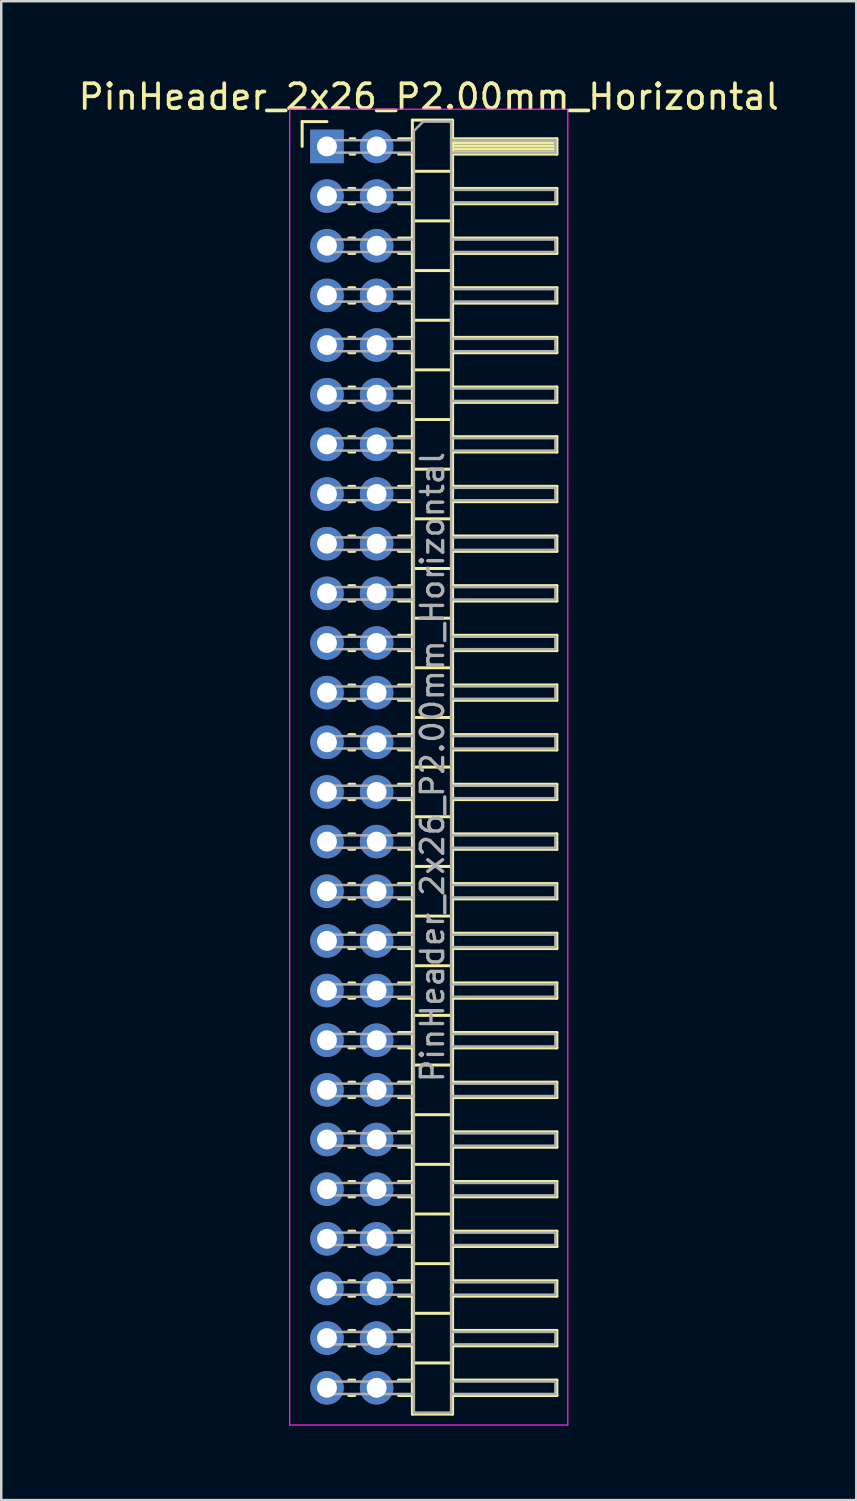
<source format=kicad_pcb>
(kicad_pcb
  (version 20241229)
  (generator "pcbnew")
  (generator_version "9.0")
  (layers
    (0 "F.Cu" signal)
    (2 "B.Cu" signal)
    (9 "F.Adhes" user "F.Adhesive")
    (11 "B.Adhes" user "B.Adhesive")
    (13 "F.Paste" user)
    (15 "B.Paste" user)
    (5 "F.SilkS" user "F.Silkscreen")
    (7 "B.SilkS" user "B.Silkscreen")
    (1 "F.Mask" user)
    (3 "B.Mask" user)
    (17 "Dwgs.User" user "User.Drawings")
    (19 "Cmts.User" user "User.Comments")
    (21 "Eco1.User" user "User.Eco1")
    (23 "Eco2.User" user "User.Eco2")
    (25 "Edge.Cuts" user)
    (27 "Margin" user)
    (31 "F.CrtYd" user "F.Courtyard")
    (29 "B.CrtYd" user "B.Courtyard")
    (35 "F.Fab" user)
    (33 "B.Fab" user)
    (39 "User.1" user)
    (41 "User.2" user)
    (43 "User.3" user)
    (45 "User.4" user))
  (footprint "PinHeader_2x26_P2.00mm_Horizontal"
    (layer "F.Cu")
    (at 10.12 2.848)
    (property "Reference" "PinHeader_2x26_P2.00mm_Horizontal" (at 4.1 -2 0) (layer "F.SilkS") (effects (font (size 1 1) (thickness 0.15))))
    (attr through_hole)
    (fp_line (start -1 -1) (end 0 -1) (stroke (width 0.12) (type solid)) (layer "F.SilkS"))
    (fp_line (start -1 0) (end -1 -1) (stroke (width 0.12) (type solid)) (layer "F.SilkS"))
    (fp_line (start 0.882 1.69) (end 1.118 1.69) (stroke (width 0.12) (type solid)) (layer "F.SilkS"))
    (fp_line (start 0.882 2.31) (end 1.118 2.31) (stroke (width 0.12) (type solid)) (layer "F.SilkS"))
    (fp_line (start 0.882 3.69) (end 1.118 3.69) (stroke (width 0.12) (type solid)) (layer "F.SilkS"))
    (fp_line (start 0.882 4.31) (end 1.118 4.31) (stroke (width 0.12) (type solid)) (layer "F.SilkS"))
    (fp_line (start 0.882 5.69) (end 1.118 5.69) (stroke (width 0.12) (type solid)) (layer "F.SilkS"))
    (fp_line (start 0.882 6.31) (end 1.118 6.31) (stroke (width 0.12) (type solid)) (layer "F.SilkS"))
    (fp_line (start 0.882 7.69) (end 1.118 7.69) (stroke (width 0.12) (type solid)) (layer "F.SilkS"))
    (fp_line (start 0.882 8.31) (end 1.118 8.31) (stroke (width 0.12) (type solid)) (layer "F.SilkS"))
    (fp_line (start 0.882 9.69) (end 1.118 9.69) (stroke (width 0.12) (type solid)) (layer "F.SilkS"))
    (fp_line (start 0.882 10.31) (end 1.118 10.31) (stroke (width 0.12) (type solid)) (layer "F.SilkS"))
    (fp_line (start 0.882 11.69) (end 1.118 11.69) (stroke (width 0.12) (type solid)) (layer "F.SilkS"))
    (fp_line (start 0.882 12.31) (end 1.118 12.31) (stroke (width 0.12) (type solid)) (layer "F.SilkS"))
    (fp_line (start 0.882 13.69) (end 1.118 13.69) (stroke (width 0.12) (type solid)) (layer "F.SilkS"))
    (fp_line (start 0.882 14.31) (end 1.118 14.31) (stroke (width 0.12) (type solid)) (layer "F.SilkS"))
    (fp_line (start 0.882 15.69) (end 1.118 15.69) (stroke (width 0.12) (type solid)) (layer "F.SilkS"))
    (fp_line (start 0.882 16.31) (end 1.118 16.31) (stroke (width 0.12) (type solid)) (layer "F.SilkS"))
    (fp_line (start 0.882 17.69) (end 1.118 17.69) (stroke (width 0.12) (type solid)) (layer "F.SilkS"))
    (fp_line (start 0.882 18.31) (end 1.118 18.31) (stroke (width 0.12) (type solid)) (layer "F.SilkS"))
    (fp_line (start 0.882 19.69) (end 1.118 19.69) (stroke (width 0.12) (type solid)) (layer "F.SilkS"))
    (fp_line (start 0.882 20.31) (end 1.118 20.31) (stroke (width 0.12) (type solid)) (layer "F.SilkS"))
    (fp_line (start 0.882 21.69) (end 1.118 21.69) (stroke (width 0.12) (type solid)) (layer "F.SilkS"))
    (fp_line (start 0.882 22.31) (end 1.118 22.31) (stroke (width 0.12) (type solid)) (layer "F.SilkS"))
    (fp_line (start 0.882 23.69) (end 1.118 23.69) (stroke (width 0.12) (type solid)) (layer "F.SilkS"))
    (fp_line (start 0.882 24.31) (end 1.118 24.31) (stroke (width 0.12) (type solid)) (layer "F.SilkS"))
    (fp_line (start 0.882 25.69) (end 1.118 25.69) (stroke (width 0.12) (type solid)) (layer "F.SilkS"))
    (fp_line (start 0.882 26.31) (end 1.118 26.31) (stroke (width 0.12) (type solid)) (layer "F.SilkS"))
    (fp_line (start 0.882 27.69) (end 1.118 27.69) (stroke (width 0.12) (type solid)) (layer "F.SilkS"))
    (fp_line (start 0.882 28.31) (end 1.118 28.31) (stroke (width 0.12) (type solid)) (layer "F.SilkS"))
    (fp_line (start 0.882 29.69) (end 1.118 29.69) (stroke (width 0.12) (type solid)) (layer "F.SilkS"))
    (fp_line (start 0.882 30.31) (end 1.118 30.31) (stroke (width 0.12) (type solid)) (layer "F.SilkS"))
    (fp_line (start 0.882 31.69) (end 1.118 31.69) (stroke (width 0.12) (type solid)) (layer "F.SilkS"))
    (fp_line (start 0.882 32.31) (end 1.118 32.31) (stroke (width 0.12) (type solid)) (layer "F.SilkS"))
    (fp_line (start 0.882 33.69) (end 1.118 33.69) (stroke (width 0.12) (type solid)) (layer "F.SilkS"))
    (fp_line (start 0.882 34.31) (end 1.118 34.31) (stroke (width 0.12) (type solid)) (layer "F.SilkS"))
    (fp_line (start 0.882 35.69) (end 1.118 35.69) (stroke (width 0.12) (type solid)) (layer "F.SilkS"))
    (fp_line (start 0.882 36.31) (end 1.118 36.31) (stroke (width 0.12) (type solid)) (layer "F.SilkS"))
    (fp_line (start 0.882 37.69) (end 1.118 37.69) (stroke (width 0.12) (type solid)) (layer "F.SilkS"))
    (fp_line (start 0.882 38.31) (end 1.118 38.31) (stroke (width 0.12) (type solid)) (layer "F.SilkS"))
    (fp_line (start 0.882 39.69) (end 1.118 39.69) (stroke (width 0.12) (type solid)) (layer "F.SilkS"))
    (fp_line (start 0.882 40.31) (end 1.118 40.31) (stroke (width 0.12) (type solid)) (layer "F.SilkS"))
    (fp_line (start 0.882 41.69) (end 1.118 41.69) (stroke (width 0.12) (type solid)) (layer "F.SilkS"))
    (fp_line (start 0.882 42.31) (end 1.118 42.31) (stroke (width 0.12) (type solid)) (layer "F.SilkS"))
    (fp_line (start 0.882 43.69) (end 1.118 43.69) (stroke (width 0.12) (type solid)) (layer "F.SilkS"))
    (fp_line (start 0.882 44.31) (end 1.118 44.31) (stroke (width 0.12) (type solid)) (layer "F.SilkS"))
    (fp_line (start 0.882 45.69) (end 1.118 45.69) (stroke (width 0.12) (type solid)) (layer "F.SilkS"))
    (fp_line (start 0.882 46.31) (end 1.118 46.31) (stroke (width 0.12) (type solid)) (layer "F.SilkS"))
    (fp_line (start 0.882 47.69) (end 1.118 47.69) (stroke (width 0.12) (type solid)) (layer "F.SilkS"))
    (fp_line (start 0.882 48.31) (end 1.118 48.31) (stroke (width 0.12) (type solid)) (layer "F.SilkS"))
    (fp_line (start 0.882 49.69) (end 1.118 49.69) (stroke (width 0.12) (type solid)) (layer "F.SilkS"))
    (fp_line (start 0.882 50.31) (end 1.118 50.31) (stroke (width 0.12) (type solid)) (layer "F.SilkS"))
    (fp_line (start 0.935 -0.31) (end 1.118 -0.31) (stroke (width 0.12) (type solid)) (layer "F.SilkS"))
    (fp_line (start 0.935 0.31) (end 1.118 0.31) (stroke (width 0.12) (type solid)) (layer "F.SilkS"))
    (fp_line (start 2.882 -0.31) (end 3.44 -0.31) (stroke (width 0.12) (type solid)) (layer "F.SilkS"))
    (fp_line (start 2.882 0.31) (end 3.44 0.31) (stroke (width 0.12) (type solid)) (layer "F.SilkS"))
    (fp_line (start 2.882 1.69) (end 3.44 1.69) (stroke (width 0.12) (type solid)) (layer "F.SilkS"))
    (fp_line (start 2.882 2.31) (end 3.44 2.31) (stroke (width 0.12) (type solid)) (layer "F.SilkS"))
    (fp_line (start 2.882 3.69) (end 3.44 3.69) (stroke (width 0.12) (type solid)) (layer "F.SilkS"))
    (fp_line (start 2.882 4.31) (end 3.44 4.31) (stroke (width 0.12) (type solid)) (layer "F.SilkS"))
    (fp_line (start 2.882 5.69) (end 3.44 5.69) (stroke (width 0.12) (type solid)) (layer "F.SilkS"))
    (fp_line (start 2.882 6.31) (end 3.44 6.31) (stroke (width 0.12) (type solid)) (layer "F.SilkS"))
    (fp_line (start 2.882 7.69) (end 3.44 7.69) (stroke (width 0.12) (type solid)) (layer "F.SilkS"))
    (fp_line (start 2.882 8.31) (end 3.44 8.31) (stroke (width 0.12) (type solid)) (layer "F.SilkS"))
    (fp_line (start 2.882 9.69) (end 3.44 9.69) (stroke (width 0.12) (type solid)) (layer "F.SilkS"))
    (fp_line (start 2.882 10.31) (end 3.44 10.31) (stroke (width 0.12) (type solid)) (layer "F.SilkS"))
    (fp_line (start 2.882 11.69) (end 3.44 11.69) (stroke (width 0.12) (type solid)) (layer "F.SilkS"))
    (fp_line (start 2.882 12.31) (end 3.44 12.31) (stroke (width 0.12) (type solid)) (layer "F.SilkS"))
    (fp_line (start 2.882 13.69) (end 3.44 13.69) (stroke (width 0.12) (type solid)) (layer "F.SilkS"))
    (fp_line (start 2.882 14.31) (end 3.44 14.31) (stroke (width 0.12) (type solid)) (layer "F.SilkS"))
    (fp_line (start 2.882 15.69) (end 3.44 15.69) (stroke (width 0.12) (type solid)) (layer "F.SilkS"))
    (fp_line (start 2.882 16.31) (end 3.44 16.31) (stroke (width 0.12) (type solid)) (layer "F.SilkS"))
    (fp_line (start 2.882 17.69) (end 3.44 17.69) (stroke (width 0.12) (type solid)) (layer "F.SilkS"))
    (fp_line (start 2.882 18.31) (end 3.44 18.31) (stroke (width 0.12) (type solid)) (layer "F.SilkS"))
    (fp_line (start 2.882 19.69) (end 3.44 19.69) (stroke (width 0.12) (type solid)) (layer "F.SilkS"))
    (fp_line (start 2.882 20.31) (end 3.44 20.31) (stroke (width 0.12) (type solid)) (layer "F.SilkS"))
    (fp_line (start 2.882 21.69) (end 3.44 21.69) (stroke (width 0.12) (type solid)) (layer "F.SilkS"))
    (fp_line (start 2.882 22.31) (end 3.44 22.31) (stroke (width 0.12) (type solid)) (layer "F.SilkS"))
    (fp_line (start 2.882 23.69) (end 3.44 23.69) (stroke (width 0.12) (type solid)) (layer "F.SilkS"))
    (fp_line (start 2.882 24.31) (end 3.44 24.31) (stroke (width 0.12) (type solid)) (layer "F.SilkS"))
    (fp_line (start 2.882 25.69) (end 3.44 25.69) (stroke (width 0.12) (type solid)) (layer "F.SilkS"))
    (fp_line (start 2.882 26.31) (end 3.44 26.31) (stroke (width 0.12) (type solid)) (layer "F.SilkS"))
    (fp_line (start 2.882 27.69) (end 3.44 27.69) (stroke (width 0.12) (type solid)) (layer "F.SilkS"))
    (fp_line (start 2.882 28.31) (end 3.44 28.31) (stroke (width 0.12) (type solid)) (layer "F.SilkS"))
    (fp_line (start 2.882 29.69) (end 3.44 29.69) (stroke (width 0.12) (type solid)) (layer "F.SilkS"))
    (fp_line (start 2.882 30.31) (end 3.44 30.31) (stroke (width 0.12) (type solid)) (layer "F.SilkS"))
    (fp_line (start 2.882 31.69) (end 3.44 31.69) (stroke (width 0.12) (type solid)) (layer "F.SilkS"))
    (fp_line (start 2.882 32.31) (end 3.44 32.31) (stroke (width 0.12) (type solid)) (layer "F.SilkS"))
    (fp_line (start 2.882 33.69) (end 3.44 33.69) (stroke (width 0.12) (type solid)) (layer "F.SilkS"))
    (fp_line (start 2.882 34.31) (end 3.44 34.31) (stroke (width 0.12) (type solid)) (layer "F.SilkS"))
    (fp_line (start 2.882 35.69) (end 3.44 35.69) (stroke (width 0.12) (type solid)) (layer "F.SilkS"))
    (fp_line (start 2.882 36.31) (end 3.44 36.31) (stroke (width 0.12) (type solid)) (layer "F.SilkS"))
    (fp_line (start 2.882 37.69) (end 3.44 37.69) (stroke (width 0.12) (type solid)) (layer "F.SilkS"))
    (fp_line (start 2.882 38.31) (end 3.44 38.31) (stroke (width 0.12) (type solid)) (layer "F.SilkS"))
    (fp_line (start 2.882 39.69) (end 3.44 39.69) (stroke (width 0.12) (type solid)) (layer "F.SilkS"))
    (fp_line (start 2.882 40.31) (end 3.44 40.31) (stroke (width 0.12) (type solid)) (layer "F.SilkS"))
    (fp_line (start 2.882 41.69) (end 3.44 41.69) (stroke (width 0.12) (type solid)) (layer "F.SilkS"))
    (fp_line (start 2.882 42.31) (end 3.44 42.31) (stroke (width 0.12) (type solid)) (layer "F.SilkS"))
    (fp_line (start 2.882 43.69) (end 3.44 43.69) (stroke (width 0.12) (type solid)) (layer "F.SilkS"))
    (fp_line (start 2.882 44.31) (end 3.44 44.31) (stroke (width 0.12) (type solid)) (layer "F.SilkS"))
    (fp_line (start 2.882 45.69) (end 3.44 45.69) (stroke (width 0.12) (type solid)) (layer "F.SilkS"))
    (fp_line (start 2.882 46.31) (end 3.44 46.31) (stroke (width 0.12) (type solid)) (layer "F.SilkS"))
    (fp_line (start 2.882 47.69) (end 3.44 47.69) (stroke (width 0.12) (type solid)) (layer "F.SilkS"))
    (fp_line (start 2.882 48.31) (end 3.44 48.31) (stroke (width 0.12) (type solid)) (layer "F.SilkS"))
    (fp_line (start 2.882 49.69) (end 3.44 49.69) (stroke (width 0.12) (type solid)) (layer "F.SilkS"))
    (fp_line (start 2.882 50.31) (end 3.44 50.31) (stroke (width 0.12) (type solid)) (layer "F.SilkS"))
    (fp_line (start 3.44 -1.06) (end 3.44 51.06) (stroke (width 0.12) (type solid)) (layer "F.SilkS"))
    (fp_line (start 3.44 1) (end 5.06 1) (stroke (width 0.12) (type solid)) (layer "F.SilkS"))
    (fp_line (start 3.44 3) (end 5.06 3) (stroke (width 0.12) (type solid)) (layer "F.SilkS"))
    (fp_line (start 3.44 5) (end 5.06 5) (stroke (width 0.12) (type solid)) (layer "F.SilkS"))
    (fp_line (start 3.44 7) (end 5.06 7) (stroke (width 0.12) (type solid)) (layer "F.SilkS"))
    (fp_line (start 3.44 9) (end 5.06 9) (stroke (width 0.12) (type solid)) (layer "F.SilkS"))
    (fp_line (start 3.44 11) (end 5.06 11) (stroke (width 0.12) (type solid)) (layer "F.SilkS"))
    (fp_line (start 3.44 13) (end 5.06 13) (stroke (width 0.12) (type solid)) (layer "F.SilkS"))
    (fp_line (start 3.44 15) (end 5.06 15) (stroke (width 0.12) (type solid)) (layer "F.SilkS"))
    (fp_line (start 3.44 17) (end 5.06 17) (stroke (width 0.12) (type solid)) (layer "F.SilkS"))
    (fp_line (start 3.44 19) (end 5.06 19) (stroke (width 0.12) (type solid)) (layer "F.SilkS"))
    (fp_line (start 3.44 21) (end 5.06 21) (stroke (width 0.12) (type solid)) (layer "F.SilkS"))
    (fp_line (start 3.44 23) (end 5.06 23) (stroke (width 0.12) (type solid)) (layer "F.SilkS"))
    (fp_line (start 3.44 25) (end 5.06 25) (stroke (width 0.12) (type solid)) (layer "F.SilkS"))
    (fp_line (start 3.44 27) (end 5.06 27) (stroke (width 0.12) (type solid)) (layer "F.SilkS"))
    (fp_line (start 3.44 29) (end 5.06 29) (stroke (width 0.12) (type solid)) (layer "F.SilkS"))
    (fp_line (start 3.44 31) (end 5.06 31) (stroke (width 0.12) (type solid)) (layer "F.SilkS"))
    (fp_line (start 3.44 33) (end 5.06 33) (stroke (width 0.12) (type solid)) (layer "F.SilkS"))
    (fp_line (start 3.44 35) (end 5.06 35) (stroke (width 0.12) (type solid)) (layer "F.SilkS"))
    (fp_line (start 3.44 37) (end 5.06 37) (stroke (width 0.12) (type solid)) (layer "F.SilkS"))
    (fp_line (start 3.44 39) (end 5.06 39) (stroke (width 0.12) (type solid)) (layer "F.SilkS"))
    (fp_line (start 3.44 41) (end 5.06 41) (stroke (width 0.12) (type solid)) (layer "F.SilkS"))
    (fp_line (start 3.44 43) (end 5.06 43) (stroke (width 0.12) (type solid)) (layer "F.SilkS"))
    (fp_line (start 3.44 45) (end 5.06 45) (stroke (width 0.12) (type solid)) (layer "F.SilkS"))
    (fp_line (start 3.44 47) (end 5.06 47) (stroke (width 0.12) (type solid)) (layer "F.SilkS"))
    (fp_line (start 3.44 49) (end 5.06 49) (stroke (width 0.12) (type solid)) (layer "F.SilkS"))
    (fp_line (start 3.44 51.06) (end 5.06 51.06) (stroke (width 0.12) (type solid)) (layer "F.SilkS"))
    (fp_line (start 5.06 -1.06) (end 3.44 -1.06) (stroke (width 0.12) (type solid)) (layer "F.SilkS"))
    (fp_line (start 5.06 -0.31) (end 9.26 -0.31) (stroke (width 0.12) (type solid)) (layer "F.SilkS"))
    (fp_line (start 5.06 -0.25) (end 9.26 -0.25) (stroke (width 0.12) (type solid)) (layer "F.SilkS"))
    (fp_line (start 5.06 -0.13) (end 9.26 -0.13) (stroke (width 0.12) (type solid)) (layer "F.SilkS"))
    (fp_line (start 5.06 -0.01) (end 9.26 -0.01) (stroke (width 0.12) (type solid)) (layer "F.SilkS"))
    (fp_line (start 5.06 0.11) (end 9.26 0.11) (stroke (width 0.12) (type solid)) (layer "F.SilkS"))
    (fp_line (start 5.06 0.23) (end 9.26 0.23) (stroke (width 0.12) (type solid)) (layer "F.SilkS"))
    (fp_line (start 5.06 1.69) (end 9.26 1.69) (stroke (width 0.12) (type solid)) (layer "F.SilkS"))
    (fp_line (start 5.06 3.69) (end 9.26 3.69) (stroke (width 0.12) (type solid)) (layer "F.SilkS"))
    (fp_line (start 5.06 5.69) (end 9.26 5.69) (stroke (width 0.12) (type solid)) (layer "F.SilkS"))
    (fp_line (start 5.06 7.69) (end 9.26 7.69) (stroke (width 0.12) (type solid)) (layer "F.SilkS"))
    (fp_line (start 5.06 9.69) (end 9.26 9.69) (stroke (width 0.12) (type solid)) (layer "F.SilkS"))
    (fp_line (start 5.06 11.69) (end 9.26 11.69) (stroke (width 0.12) (type solid)) (layer "F.SilkS"))
    (fp_line (start 5.06 13.69) (end 9.26 13.69) (stroke (width 0.12) (type solid)) (layer "F.SilkS"))
    (fp_line (start 5.06 15.69) (end 9.26 15.69) (stroke (width 0.12) (type solid)) (layer "F.SilkS"))
    (fp_line (start 5.06 17.69) (end 9.26 17.69) (stroke (width 0.12) (type solid)) (layer "F.SilkS"))
    (fp_line (start 5.06 19.69) (end 9.26 19.69) (stroke (width 0.12) (type solid)) (layer "F.SilkS"))
    (fp_line (start 5.06 21.69) (end 9.26 21.69) (stroke (width 0.12) (type solid)) (layer "F.SilkS"))
    (fp_line (start 5.06 23.69) (end 9.26 23.69) (stroke (width 0.12) (type solid)) (layer "F.SilkS"))
    (fp_line (start 5.06 25.69) (end 9.26 25.69) (stroke (width 0.12) (type solid)) (layer "F.SilkS"))
    (fp_line (start 5.06 27.69) (end 9.26 27.69) (stroke (width 0.12) (type solid)) (layer "F.SilkS"))
    (fp_line (start 5.06 29.69) (end 9.26 29.69) (stroke (width 0.12) (type solid)) (layer "F.SilkS"))
    (fp_line (start 5.06 31.69) (end 9.26 31.69) (stroke (width 0.12) (type solid)) (layer "F.SilkS"))
    (fp_line (start 5.06 33.69) (end 9.26 33.69) (stroke (width 0.12) (type solid)) (layer "F.SilkS"))
    (fp_line (start 5.06 35.69) (end 9.26 35.69) (stroke (width 0.12) (type solid)) (layer "F.SilkS"))
    (fp_line (start 5.06 37.69) (end 9.26 37.69) (stroke (width 0.12) (type solid)) (layer "F.SilkS"))
    (fp_line (start 5.06 39.69) (end 9.26 39.69) (stroke (width 0.12) (type solid)) (layer "F.SilkS"))
    (fp_line (start 5.06 41.69) (end 9.26 41.69) (stroke (width 0.12) (type solid)) (layer "F.SilkS"))
    (fp_line (start 5.06 43.69) (end 9.26 43.69) (stroke (width 0.12) (type solid)) (layer "F.SilkS"))
    (fp_line (start 5.06 45.69) (end 9.26 45.69) (stroke (width 0.12) (type solid)) (layer "F.SilkS"))
    (fp_line (start 5.06 47.69) (end 9.26 47.69) (stroke (width 0.12) (type solid)) (layer "F.SilkS"))
    (fp_line (start 5.06 49.69) (end 9.26 49.69) (stroke (width 0.12) (type solid)) (layer "F.SilkS"))
    (fp_line (start 5.06 51.06) (end 5.06 -1.06) (stroke (width 0.12) (type solid)) (layer "F.SilkS"))
    (fp_line (start 9.26 -0.31) (end 9.26 0.31) (stroke (width 0.12) (type solid)) (layer "F.SilkS"))
    (fp_line (start 9.26 0.31) (end 5.06 0.31) (stroke (width 0.12) (type solid)) (layer "F.SilkS"))
    (fp_line (start 9.26 1.69) (end 9.26 2.31) (stroke (width 0.12) (type solid)) (layer "F.SilkS"))
    (fp_line (start 9.26 2.31) (end 5.06 2.31) (stroke (width 0.12) (type solid)) (layer "F.SilkS"))
    (fp_line (start 9.26 3.69) (end 9.26 4.31) (stroke (width 0.12) (type solid)) (layer "F.SilkS"))
    (fp_line (start 9.26 4.31) (end 5.06 4.31) (stroke (width 0.12) (type solid)) (layer "F.SilkS"))
    (fp_line (start 9.26 5.69) (end 9.26 6.31) (stroke (width 0.12) (type solid)) (layer "F.SilkS"))
    (fp_line (start 9.26 6.31) (end 5.06 6.31) (stroke (width 0.12) (type solid)) (layer "F.SilkS"))
    (fp_line (start 9.26 7.69) (end 9.26 8.31) (stroke (width 0.12) (type solid)) (layer "F.SilkS"))
    (fp_line (start 9.26 8.31) (end 5.06 8.31) (stroke (width 0.12) (type solid)) (layer "F.SilkS"))
    (fp_line (start 9.26 9.69) (end 9.26 10.31) (stroke (width 0.12) (type solid)) (layer "F.SilkS"))
    (fp_line (start 9.26 10.31) (end 5.06 10.31) (stroke (width 0.12) (type solid)) (layer "F.SilkS"))
    (fp_line (start 9.26 11.69) (end 9.26 12.31) (stroke (width 0.12) (type solid)) (layer "F.SilkS"))
    (fp_line (start 9.26 12.31) (end 5.06 12.31) (stroke (width 0.12) (type solid)) (layer "F.SilkS"))
    (fp_line (start 9.26 13.69) (end 9.26 14.31) (stroke (width 0.12) (type solid)) (layer "F.SilkS"))
    (fp_line (start 9.26 14.31) (end 5.06 14.31) (stroke (width 0.12) (type solid)) (layer "F.SilkS"))
    (fp_line (start 9.26 15.69) (end 9.26 16.31) (stroke (width 0.12) (type solid)) (layer "F.SilkS"))
    (fp_line (start 9.26 16.31) (end 5.06 16.31) (stroke (width 0.12) (type solid)) (layer "F.SilkS"))
    (fp_line (start 9.26 17.69) (end 9.26 18.31) (stroke (width 0.12) (type solid)) (layer "F.SilkS"))
    (fp_line (start 9.26 18.31) (end 5.06 18.31) (stroke (width 0.12) (type solid)) (layer "F.SilkS"))
    (fp_line (start 9.26 19.69) (end 9.26 20.31) (stroke (width 0.12) (type solid)) (layer "F.SilkS"))
    (fp_line (start 9.26 20.31) (end 5.06 20.31) (stroke (width 0.12) (type solid)) (layer "F.SilkS"))
    (fp_line (start 9.26 21.69) (end 9.26 22.31) (stroke (width 0.12) (type solid)) (layer "F.SilkS"))
    (fp_line (start 9.26 22.31) (end 5.06 22.31) (stroke (width 0.12) (type solid)) (layer "F.SilkS"))
    (fp_line (start 9.26 23.69) (end 9.26 24.31) (stroke (width 0.12) (type solid)) (layer "F.SilkS"))
    (fp_line (start 9.26 24.31) (end 5.06 24.31) (stroke (width 0.12) (type solid)) (layer "F.SilkS"))
    (fp_line (start 9.26 25.69) (end 9.26 26.31) (stroke (width 0.12) (type solid)) (layer "F.SilkS"))
    (fp_line (start 9.26 26.31) (end 5.06 26.31) (stroke (width 0.12) (type solid)) (layer "F.SilkS"))
    (fp_line (start 9.26 27.69) (end 9.26 28.31) (stroke (width 0.12) (type solid)) (layer "F.SilkS"))
    (fp_line (start 9.26 28.31) (end 5.06 28.31) (stroke (width 0.12) (type solid)) (layer "F.SilkS"))
    (fp_line (start 9.26 29.69) (end 9.26 30.31) (stroke (width 0.12) (type solid)) (layer "F.SilkS"))
    (fp_line (start 9.26 30.31) (end 5.06 30.31) (stroke (width 0.12) (type solid)) (layer "F.SilkS"))
    (fp_line (start 9.26 31.69) (end 9.26 32.31) (stroke (width 0.12) (type solid)) (layer "F.SilkS"))
    (fp_line (start 9.26 32.31) (end 5.06 32.31) (stroke (width 0.12) (type solid)) (layer "F.SilkS"))
    (fp_line (start 9.26 33.69) (end 9.26 34.31) (stroke (width 0.12) (type solid)) (layer "F.SilkS"))
    (fp_line (start 9.26 34.31) (end 5.06 34.31) (stroke (width 0.12) (type solid)) (layer "F.SilkS"))
    (fp_line (start 9.26 35.69) (end 9.26 36.31) (stroke (width 0.12) (type solid)) (layer "F.SilkS"))
    (fp_line (start 9.26 36.31) (end 5.06 36.31) (stroke (width 0.12) (type solid)) (layer "F.SilkS"))
    (fp_line (start 9.26 37.69) (end 9.26 38.31) (stroke (width 0.12) (type solid)) (layer "F.SilkS"))
    (fp_line (start 9.26 38.31) (end 5.06 38.31) (stroke (width 0.12) (type solid)) (layer "F.SilkS"))
    (fp_line (start 9.26 39.69) (end 9.26 40.31) (stroke (width 0.12) (type solid)) (layer "F.SilkS"))
    (fp_line (start 9.26 40.31) (end 5.06 40.31) (stroke (width 0.12) (type solid)) (layer "F.SilkS"))
    (fp_line (start 9.26 41.69) (end 9.26 42.31) (stroke (width 0.12) (type solid)) (layer "F.SilkS"))
    (fp_line (start 9.26 42.31) (end 5.06 42.31) (stroke (width 0.12) (type solid)) (layer "F.SilkS"))
    (fp_line (start 9.26 43.69) (end 9.26 44.31) (stroke (width 0.12) (type solid)) (layer "F.SilkS"))
    (fp_line (start 9.26 44.31) (end 5.06 44.31) (stroke (width 0.12) (type solid)) (layer "F.SilkS"))
    (fp_line (start 9.26 45.69) (end 9.26 46.31) (stroke (width 0.12) (type solid)) (layer "F.SilkS"))
    (fp_line (start 9.26 46.31) (end 5.06 46.31) (stroke (width 0.12) (type solid)) (layer "F.SilkS"))
    (fp_line (start 9.26 47.69) (end 9.26 48.31) (stroke (width 0.12) (type solid)) (layer "F.SilkS"))
    (fp_line (start 9.26 48.31) (end 5.06 48.31) (stroke (width 0.12) (type solid)) (layer "F.SilkS"))
    (fp_line (start 9.26 49.69) (end 9.26 50.31) (stroke (width 0.12) (type solid)) (layer "F.SilkS"))
    (fp_line (start 9.26 50.31) (end 5.06 50.31) (stroke (width 0.12) (type solid)) (layer "F.SilkS"))
    (fp_line (start -1.5 -1.5) (end -1.5 51.5) (stroke (width 0.05) (type solid)) (layer "F.CrtYd"))
    (fp_line (start -1.5 51.5) (end 9.7 51.5) (stroke (width 0.05) (type solid)) (layer "F.CrtYd"))
    (fp_line (start 9.7 -1.5) (end -1.5 -1.5) (stroke (width 0.05) (type solid)) (layer "F.CrtYd"))
    (fp_line (start 9.7 51.5) (end 9.7 -1.5) (stroke (width 0.05) (type solid)) (layer "F.CrtYd"))
    (fp_line (start -0.25 -0.25) (end -0.25 0.25) (stroke (width 0.1) (type solid)) (layer "F.Fab"))
    (fp_line (start -0.25 -0.25) (end 3.5 -0.25) (stroke (width 0.1) (type solid)) (layer "F.Fab"))
    (fp_line (start -0.25 0.25) (end 3.5 0.25) (stroke (width 0.1) (type solid)) (layer "F.Fab"))
    (fp_line (start -0.25 1.75) (end -0.25 2.25) (stroke (width 0.1) (type solid)) (layer "F.Fab"))
    (fp_line (start -0.25 1.75) (end 3.5 1.75) (stroke (width 0.1) (type solid)) (layer "F.Fab"))
    (fp_line (start -0.25 2.25) (end 3.5 2.25) (stroke (width 0.1) (type solid)) (layer "F.Fab"))
    (fp_line (start -0.25 3.75) (end -0.25 4.25) (stroke (width 0.1) (type solid)) (layer "F.Fab"))
    (fp_line (start -0.25 3.75) (end 3.5 3.75) (stroke (width 0.1) (type solid)) (layer "F.Fab"))
    (fp_line (start -0.25 4.25) (end 3.5 4.25) (stroke (width 0.1) (type solid)) (layer "F.Fab"))
    (fp_line (start -0.25 5.75) (end -0.25 6.25) (stroke (width 0.1) (type solid)) (layer "F.Fab"))
    (fp_line (start -0.25 5.75) (end 3.5 5.75) (stroke (width 0.1) (type solid)) (layer "F.Fab"))
    (fp_line (start -0.25 6.25) (end 3.5 6.25) (stroke (width 0.1) (type solid)) (layer "F.Fab"))
    (fp_line (start -0.25 7.75) (end -0.25 8.25) (stroke (width 0.1) (type solid)) (layer "F.Fab"))
    (fp_line (start -0.25 7.75) (end 3.5 7.75) (stroke (width 0.1) (type solid)) (layer "F.Fab"))
    (fp_line (start -0.25 8.25) (end 3.5 8.25) (stroke (width 0.1) (type solid)) (layer "F.Fab"))
    (fp_line (start -0.25 9.75) (end -0.25 10.25) (stroke (width 0.1) (type solid)) (layer "F.Fab"))
    (fp_line (start -0.25 9.75) (end 3.5 9.75) (stroke (width 0.1) (type solid)) (layer "F.Fab"))
    (fp_line (start -0.25 10.25) (end 3.5 10.25) (stroke (width 0.1) (type solid)) (layer "F.Fab"))
    (fp_line (start -0.25 11.75) (end -0.25 12.25) (stroke (width 0.1) (type solid)) (layer "F.Fab"))
    (fp_line (start -0.25 11.75) (end 3.5 11.75) (stroke (width 0.1) (type solid)) (layer "F.Fab"))
    (fp_line (start -0.25 12.25) (end 3.5 12.25) (stroke (width 0.1) (type solid)) (layer "F.Fab"))
    (fp_line (start -0.25 13.75) (end -0.25 14.25) (stroke (width 0.1) (type solid)) (layer "F.Fab"))
    (fp_line (start -0.25 13.75) (end 3.5 13.75) (stroke (width 0.1) (type solid)) (layer "F.Fab"))
    (fp_line (start -0.25 14.25) (end 3.5 14.25) (stroke (width 0.1) (type solid)) (layer "F.Fab"))
    (fp_line (start -0.25 15.75) (end -0.25 16.25) (stroke (width 0.1) (type solid)) (layer "F.Fab"))
    (fp_line (start -0.25 15.75) (end 3.5 15.75) (stroke (width 0.1) (type solid)) (layer "F.Fab"))
    (fp_line (start -0.25 16.25) (end 3.5 16.25) (stroke (width 0.1) (type solid)) (layer "F.Fab"))
    (fp_line (start -0.25 17.75) (end -0.25 18.25) (stroke (width 0.1) (type solid)) (layer "F.Fab"))
    (fp_line (start -0.25 17.75) (end 3.5 17.75) (stroke (width 0.1) (type solid)) (layer "F.Fab"))
    (fp_line (start -0.25 18.25) (end 3.5 18.25) (stroke (width 0.1) (type solid)) (layer "F.Fab"))
    (fp_line (start -0.25 19.75) (end -0.25 20.25) (stroke (width 0.1) (type solid)) (layer "F.Fab"))
    (fp_line (start -0.25 19.75) (end 3.5 19.75) (stroke (width 0.1) (type solid)) (layer "F.Fab"))
    (fp_line (start -0.25 20.25) (end 3.5 20.25) (stroke (width 0.1) (type solid)) (layer "F.Fab"))
    (fp_line (start -0.25 21.75) (end -0.25 22.25) (stroke (width 0.1) (type solid)) (layer "F.Fab"))
    (fp_line (start -0.25 21.75) (end 3.5 21.75) (stroke (width 0.1) (type solid)) (layer "F.Fab"))
    (fp_line (start -0.25 22.25) (end 3.5 22.25) (stroke (width 0.1) (type solid)) (layer "F.Fab"))
    (fp_line (start -0.25 23.75) (end -0.25 24.25) (stroke (width 0.1) (type solid)) (layer "F.Fab"))
    (fp_line (start -0.25 23.75) (end 3.5 23.75) (stroke (width 0.1) (type solid)) (layer "F.Fab"))
    (fp_line (start -0.25 24.25) (end 3.5 24.25) (stroke (width 0.1) (type solid)) (layer "F.Fab"))
    (fp_line (start -0.25 25.75) (end -0.25 26.25) (stroke (width 0.1) (type solid)) (layer "F.Fab"))
    (fp_line (start -0.25 25.75) (end 3.5 25.75) (stroke (width 0.1) (type solid)) (layer "F.Fab"))
    (fp_line (start -0.25 26.25) (end 3.5 26.25) (stroke (width 0.1) (type solid)) (layer "F.Fab"))
    (fp_line (start -0.25 27.75) (end -0.25 28.25) (stroke (width 0.1) (type solid)) (layer "F.Fab"))
    (fp_line (start -0.25 27.75) (end 3.5 27.75) (stroke (width 0.1) (type solid)) (layer "F.Fab"))
    (fp_line (start -0.25 28.25) (end 3.5 28.25) (stroke (width 0.1) (type solid)) (layer "F.Fab"))
    (fp_line (start -0.25 29.75) (end -0.25 30.25) (stroke (width 0.1) (type solid)) (layer "F.Fab"))
    (fp_line (start -0.25 29.75) (end 3.5 29.75) (stroke (width 0.1) (type solid)) (layer "F.Fab"))
    (fp_line (start -0.25 30.25) (end 3.5 30.25) (stroke (width 0.1) (type solid)) (layer "F.Fab"))
    (fp_line (start -0.25 31.75) (end -0.25 32.25) (stroke (width 0.1) (type solid)) (layer "F.Fab"))
    (fp_line (start -0.25 31.75) (end 3.5 31.75) (stroke (width 0.1) (type solid)) (layer "F.Fab"))
    (fp_line (start -0.25 32.25) (end 3.5 32.25) (stroke (width 0.1) (type solid)) (layer "F.Fab"))
    (fp_line (start -0.25 33.75) (end -0.25 34.25) (stroke (width 0.1) (type solid)) (layer "F.Fab"))
    (fp_line (start -0.25 33.75) (end 3.5 33.75) (stroke (width 0.1) (type solid)) (layer "F.Fab"))
    (fp_line (start -0.25 34.25) (end 3.5 34.25) (stroke (width 0.1) (type solid)) (layer "F.Fab"))
    (fp_line (start -0.25 35.75) (end -0.25 36.25) (stroke (width 0.1) (type solid)) (layer "F.Fab"))
    (fp_line (start -0.25 35.75) (end 3.5 35.75) (stroke (width 0.1) (type solid)) (layer "F.Fab"))
    (fp_line (start -0.25 36.25) (end 3.5 36.25) (stroke (width 0.1) (type solid)) (layer "F.Fab"))
    (fp_line (start -0.25 37.75) (end -0.25 38.25) (stroke (width 0.1) (type solid)) (layer "F.Fab"))
    (fp_line (start -0.25 37.75) (end 3.5 37.75) (stroke (width 0.1) (type solid)) (layer "F.Fab"))
    (fp_line (start -0.25 38.25) (end 3.5 38.25) (stroke (width 0.1) (type solid)) (layer "F.Fab"))
    (fp_line (start -0.25 39.75) (end -0.25 40.25) (stroke (width 0.1) (type solid)) (layer "F.Fab"))
    (fp_line (start -0.25 39.75) (end 3.5 39.75) (stroke (width 0.1) (type solid)) (layer "F.Fab"))
    (fp_line (start -0.25 40.25) (end 3.5 40.25) (stroke (width 0.1) (type solid)) (layer "F.Fab"))
    (fp_line (start -0.25 41.75) (end -0.25 42.25) (stroke (width 0.1) (type solid)) (layer "F.Fab"))
    (fp_line (start -0.25 41.75) (end 3.5 41.75) (stroke (width 0.1) (type solid)) (layer "F.Fab"))
    (fp_line (start -0.25 42.25) (end 3.5 42.25) (stroke (width 0.1) (type solid)) (layer "F.Fab"))
    (fp_line (start -0.25 43.75) (end -0.25 44.25) (stroke (width 0.1) (type solid)) (layer "F.Fab"))
    (fp_line (start -0.25 43.75) (end 3.5 43.75) (stroke (width 0.1) (type solid)) (layer "F.Fab"))
    (fp_line (start -0.25 44.25) (end 3.5 44.25) (stroke (width 0.1) (type solid)) (layer "F.Fab"))
    (fp_line (start -0.25 45.75) (end -0.25 46.25) (stroke (width 0.1) (type solid)) (layer "F.Fab"))
    (fp_line (start -0.25 45.75) (end 3.5 45.75) (stroke (width 0.1) (type solid)) (layer "F.Fab"))
    (fp_line (start -0.25 46.25) (end 3.5 46.25) (stroke (width 0.1) (type solid)) (layer "F.Fab"))
    (fp_line (start -0.25 47.75) (end -0.25 48.25) (stroke (width 0.1) (type solid)) (layer "F.Fab"))
    (fp_line (start -0.25 47.75) (end 3.5 47.75) (stroke (width 0.1) (type solid)) (layer "F.Fab"))
    (fp_line (start -0.25 48.25) (end 3.5 48.25) (stroke (width 0.1) (type solid)) (layer "F.Fab"))
    (fp_line (start -0.25 49.75) (end -0.25 50.25) (stroke (width 0.1) (type solid)) (layer "F.Fab"))
    (fp_line (start -0.25 49.75) (end 3.5 49.75) (stroke (width 0.1) (type solid)) (layer "F.Fab"))
    (fp_line (start -0.25 50.25) (end 3.5 50.25) (stroke (width 0.1) (type solid)) (layer "F.Fab"))
    (fp_line (start 3.5 -0.625) (end 3.875 -1) (stroke (width 0.1) (type solid)) (layer "F.Fab"))
    (fp_line (start 3.5 51) (end 3.5 -0.625) (stroke (width 0.1) (type solid)) (layer "F.Fab"))
    (fp_line (start 3.875 -1) (end 5 -1) (stroke (width 0.1) (type solid)) (layer "F.Fab"))
    (fp_line (start 5 -1) (end 5 51) (stroke (width 0.1) (type solid)) (layer "F.Fab"))
    (fp_line (start 5 -0.25) (end 9.2 -0.25) (stroke (width 0.1) (type solid)) (layer "F.Fab"))
    (fp_line (start 5 0.25) (end 9.2 0.25) (stroke (width 0.1) (type solid)) (layer "F.Fab"))
    (fp_line (start 5 1.75) (end 9.2 1.75) (stroke (width 0.1) (type solid)) (layer "F.Fab"))
    (fp_line (start 5 2.25) (end 9.2 2.25) (stroke (width 0.1) (type solid)) (layer "F.Fab"))
    (fp_line (start 5 3.75) (end 9.2 3.75) (stroke (width 0.1) (type solid)) (layer "F.Fab"))
    (fp_line (start 5 4.25) (end 9.2 4.25) (stroke (width 0.1) (type solid)) (layer "F.Fab"))
    (fp_line (start 5 5.75) (end 9.2 5.75) (stroke (width 0.1) (type solid)) (layer "F.Fab"))
    (fp_line (start 5 6.25) (end 9.2 6.25) (stroke (width 0.1) (type solid)) (layer "F.Fab"))
    (fp_line (start 5 7.75) (end 9.2 7.75) (stroke (width 0.1) (type solid)) (layer "F.Fab"))
    (fp_line (start 5 8.25) (end 9.2 8.25) (stroke (width 0.1) (type solid)) (layer "F.Fab"))
    (fp_line (start 5 9.75) (end 9.2 9.75) (stroke (width 0.1) (type solid)) (layer "F.Fab"))
    (fp_line (start 5 10.25) (end 9.2 10.25) (stroke (width 0.1) (type solid)) (layer "F.Fab"))
    (fp_line (start 5 11.75) (end 9.2 11.75) (stroke (width 0.1) (type solid)) (layer "F.Fab"))
    (fp_line (start 5 12.25) (end 9.2 12.25) (stroke (width 0.1) (type solid)) (layer "F.Fab"))
    (fp_line (start 5 13.75) (end 9.2 13.75) (stroke (width 0.1) (type solid)) (layer "F.Fab"))
    (fp_line (start 5 14.25) (end 9.2 14.25) (stroke (width 0.1) (type solid)) (layer "F.Fab"))
    (fp_line (start 5 15.75) (end 9.2 15.75) (stroke (width 0.1) (type solid)) (layer "F.Fab"))
    (fp_line (start 5 16.25) (end 9.2 16.25) (stroke (width 0.1) (type solid)) (layer "F.Fab"))
    (fp_line (start 5 17.75) (end 9.2 17.75) (stroke (width 0.1) (type solid)) (layer "F.Fab"))
    (fp_line (start 5 18.25) (end 9.2 18.25) (stroke (width 0.1) (type solid)) (layer "F.Fab"))
    (fp_line (start 5 19.75) (end 9.2 19.75) (stroke (width 0.1) (type solid)) (layer "F.Fab"))
    (fp_line (start 5 20.25) (end 9.2 20.25) (stroke (width 0.1) (type solid)) (layer "F.Fab"))
    (fp_line (start 5 21.75) (end 9.2 21.75) (stroke (width 0.1) (type solid)) (layer "F.Fab"))
    (fp_line (start 5 22.25) (end 9.2 22.25) (stroke (width 0.1) (type solid)) (layer "F.Fab"))
    (fp_line (start 5 23.75) (end 9.2 23.75) (stroke (width 0.1) (type solid)) (layer "F.Fab"))
    (fp_line (start 5 24.25) (end 9.2 24.25) (stroke (width 0.1) (type solid)) (layer "F.Fab"))
    (fp_line (start 5 25.75) (end 9.2 25.75) (stroke (width 0.1) (type solid)) (layer "F.Fab"))
    (fp_line (start 5 26.25) (end 9.2 26.25) (stroke (width 0.1) (type solid)) (layer "F.Fab"))
    (fp_line (start 5 27.75) (end 9.2 27.75) (stroke (width 0.1) (type solid)) (layer "F.Fab"))
    (fp_line (start 5 28.25) (end 9.2 28.25) (stroke (width 0.1) (type solid)) (layer "F.Fab"))
    (fp_line (start 5 29.75) (end 9.2 29.75) (stroke (width 0.1) (type solid)) (layer "F.Fab"))
    (fp_line (start 5 30.25) (end 9.2 30.25) (stroke (width 0.1) (type solid)) (layer "F.Fab"))
    (fp_line (start 5 31.75) (end 9.2 31.75) (stroke (width 0.1) (type solid)) (layer "F.Fab"))
    (fp_line (start 5 32.25) (end 9.2 32.25) (stroke (width 0.1) (type solid)) (layer "F.Fab"))
    (fp_line (start 5 33.75) (end 9.2 33.75) (stroke (width 0.1) (type solid)) (layer "F.Fab"))
    (fp_line (start 5 34.25) (end 9.2 34.25) (stroke (width 0.1) (type solid)) (layer "F.Fab"))
    (fp_line (start 5 35.75) (end 9.2 35.75) (stroke (width 0.1) (type solid)) (layer "F.Fab"))
    (fp_line (start 5 36.25) (end 9.2 36.25) (stroke (width 0.1) (type solid)) (layer "F.Fab"))
    (fp_line (start 5 37.75) (end 9.2 37.75) (stroke (width 0.1) (type solid)) (layer "F.Fab"))
    (fp_line (start 5 38.25) (end 9.2 38.25) (stroke (width 0.1) (type solid)) (layer "F.Fab"))
    (fp_line (start 5 39.75) (end 9.2 39.75) (stroke (width 0.1) (type solid)) (layer "F.Fab"))
    (fp_line (start 5 40.25) (end 9.2 40.25) (stroke (width 0.1) (type solid)) (layer "F.Fab"))
    (fp_line (start 5 41.75) (end 9.2 41.75) (stroke (width 0.1) (type solid)) (layer "F.Fab"))
    (fp_line (start 5 42.25) (end 9.2 42.25) (stroke (width 0.1) (type solid)) (layer "F.Fab"))
    (fp_line (start 5 43.75) (end 9.2 43.75) (stroke (width 0.1) (type solid)) (layer "F.Fab"))
    (fp_line (start 5 44.25) (end 9.2 44.25) (stroke (width 0.1) (type solid)) (layer "F.Fab"))
    (fp_line (start 5 45.75) (end 9.2 45.75) (stroke (width 0.1) (type solid)) (layer "F.Fab"))
    (fp_line (start 5 46.25) (end 9.2 46.25) (stroke (width 0.1) (type solid)) (layer "F.Fab"))
    (fp_line (start 5 47.75) (end 9.2 47.75) (stroke (width 0.1) (type solid)) (layer "F.Fab"))
    (fp_line (start 5 48.25) (end 9.2 48.25) (stroke (width 0.1) (type solid)) (layer "F.Fab"))
    (fp_line (start 5 49.75) (end 9.2 49.75) (stroke (width 0.1) (type solid)) (layer "F.Fab"))
    (fp_line (start 5 50.25) (end 9.2 50.25) (stroke (width 0.1) (type solid)) (layer "F.Fab"))
    (fp_line (start 5 51) (end 3.5 51) (stroke (width 0.1) (type solid)) (layer "F.Fab"))
    (fp_line (start 9.2 -0.25) (end 9.2 0.25) (stroke (width 0.1) (type solid)) (layer "F.Fab"))
    (fp_line (start 9.2 1.75) (end 9.2 2.25) (stroke (width 0.1) (type solid)) (layer "F.Fab"))
    (fp_line (start 9.2 3.75) (end 9.2 4.25) (stroke (width 0.1) (type solid)) (layer "F.Fab"))
    (fp_line (start 9.2 5.75) (end 9.2 6.25) (stroke (width 0.1) (type solid)) (layer "F.Fab"))
    (fp_line (start 9.2 7.75) (end 9.2 8.25) (stroke (width 0.1) (type solid)) (layer "F.Fab"))
    (fp_line (start 9.2 9.75) (end 9.2 10.25) (stroke (width 0.1) (type solid)) (layer "F.Fab"))
    (fp_line (start 9.2 11.75) (end 9.2 12.25) (stroke (width 0.1) (type solid)) (layer "F.Fab"))
    (fp_line (start 9.2 13.75) (end 9.2 14.25) (stroke (width 0.1) (type solid)) (layer "F.Fab"))
    (fp_line (start 9.2 15.75) (end 9.2 16.25) (stroke (width 0.1) (type solid)) (layer "F.Fab"))
    (fp_line (start 9.2 17.75) (end 9.2 18.25) (stroke (width 0.1) (type solid)) (layer "F.Fab"))
    (fp_line (start 9.2 19.75) (end 9.2 20.25) (stroke (width 0.1) (type solid)) (layer "F.Fab"))
    (fp_line (start 9.2 21.75) (end 9.2 22.25) (stroke (width 0.1) (type solid)) (layer "F.Fab"))
    (fp_line (start 9.2 23.75) (end 9.2 24.25) (stroke (width 0.1) (type solid)) (layer "F.Fab"))
    (fp_line (start 9.2 25.75) (end 9.2 26.25) (stroke (width 0.1) (type solid)) (layer "F.Fab"))
    (fp_line (start 9.2 27.75) (end 9.2 28.25) (stroke (width 0.1) (type solid)) (layer "F.Fab"))
    (fp_line (start 9.2 29.75) (end 9.2 30.25) (stroke (width 0.1) (type solid)) (layer "F.Fab"))
    (fp_line (start 9.2 31.75) (end 9.2 32.25) (stroke (width 0.1) (type solid)) (layer "F.Fab"))
    (fp_line (start 9.2 33.75) (end 9.2 34.25) (stroke (width 0.1) (type solid)) (layer "F.Fab"))
    (fp_line (start 9.2 35.75) (end 9.2 36.25) (stroke (width 0.1) (type solid)) (layer "F.Fab"))
    (fp_line (start 9.2 37.75) (end 9.2 38.25) (stroke (width 0.1) (type solid)) (layer "F.Fab"))
    (fp_line (start 9.2 39.75) (end 9.2 40.25) (stroke (width 0.1) (type solid)) (layer "F.Fab"))
    (fp_line (start 9.2 41.75) (end 9.2 42.25) (stroke (width 0.1) (type solid)) (layer "F.Fab"))
    (fp_line (start 9.2 43.75) (end 9.2 44.25) (stroke (width 0.1) (type solid)) (layer "F.Fab"))
    (fp_line (start 9.2 45.75) (end 9.2 46.25) (stroke (width 0.1) (type solid)) (layer "F.Fab"))
    (fp_line (start 9.2 47.75) (end 9.2 48.25) (stroke (width 0.1) (type solid)) (layer "F.Fab"))
    (fp_line (start 9.2 49.75) (end 9.2 50.25) (stroke (width 0.1) (type solid)) (layer "F.Fab"))
    (fp_text user "${REFERENCE}" (at 4.25 25 90) (layer "F.Fab") (effects (font (size 0.9 0.9) (thickness 0.135))))
    (pad "1" thru_hole rect (at 0 0) (size 1.35 1.35) (drill 0.8) (layers "*.Cu" "*.Mask"))
    (pad "2" thru_hole oval (at 2 0) (size 1.35 1.35) (drill 0.8) (layers "*.Cu" "*.Mask"))
    (pad "3" thru_hole oval (at 0 2) (size 1.35 1.35) (drill 0.8) (layers "*.Cu" "*.Mask"))
    (pad "4" thru_hole oval (at 2 2) (size 1.35 1.35) (drill 0.8) (layers "*.Cu" "*.Mask"))
    (pad "5" thru_hole oval (at 0 4) (size 1.35 1.35) (drill 0.8) (layers "*.Cu" "*.Mask"))
    (pad "6" thru_hole oval (at 2 4) (size 1.35 1.35) (drill 0.8) (layers "*.Cu" "*.Mask"))
    (pad "7" thru_hole oval (at 0 6) (size 1.35 1.35) (drill 0.8) (layers "*.Cu" "*.Mask"))
    (pad "8" thru_hole oval (at 2 6) (size 1.35 1.35) (drill 0.8) (layers "*.Cu" "*.Mask"))
    (pad "9" thru_hole oval (at 0 8) (size 1.35 1.35) (drill 0.8) (layers "*.Cu" "*.Mask"))
    (pad "10" thru_hole oval (at 2 8) (size 1.35 1.35) (drill 0.8) (layers "*.Cu" "*.Mask"))
    (pad "11" thru_hole oval (at 0 10) (size 1.35 1.35) (drill 0.8) (layers "*.Cu" "*.Mask"))
    (pad "12" thru_hole oval (at 2 10) (size 1.35 1.35) (drill 0.8) (layers "*.Cu" "*.Mask"))
    (pad "13" thru_hole oval (at 0 12) (size 1.35 1.35) (drill 0.8) (layers "*.Cu" "*.Mask"))
    (pad "14" thru_hole oval (at 2 12) (size 1.35 1.35) (drill 0.8) (layers "*.Cu" "*.Mask"))
    (pad "15" thru_hole oval (at 0 14) (size 1.35 1.35) (drill 0.8) (layers "*.Cu" "*.Mask"))
    (pad "16" thru_hole oval (at 2 14) (size 1.35 1.35) (drill 0.8) (layers "*.Cu" "*.Mask"))
    (pad "17" thru_hole oval (at 0 16) (size 1.35 1.35) (drill 0.8) (layers "*.Cu" "*.Mask"))
    (pad "18" thru_hole oval (at 2 16) (size 1.35 1.35) (drill 0.8) (layers "*.Cu" "*.Mask"))
    (pad "19" thru_hole oval (at 0 18) (size 1.35 1.35) (drill 0.8) (layers "*.Cu" "*.Mask"))
    (pad "20" thru_hole oval (at 2 18) (size 1.35 1.35) (drill 0.8) (layers "*.Cu" "*.Mask"))
    (pad "21" thru_hole oval (at 0 20) (size 1.35 1.35) (drill 0.8) (layers "*.Cu" "*.Mask"))
    (pad "22" thru_hole oval (at 2 20) (size 1.35 1.35) (drill 0.8) (layers "*.Cu" "*.Mask"))
    (pad "23" thru_hole oval (at 0 22) (size 1.35 1.35) (drill 0.8) (layers "*.Cu" "*.Mask"))
    (pad "24" thru_hole oval (at 2 22) (size 1.35 1.35) (drill 0.8) (layers "*.Cu" "*.Mask"))
    (pad "25" thru_hole oval (at 0 24) (size 1.35 1.35) (drill 0.8) (layers "*.Cu" "*.Mask"))
    (pad "26" thru_hole oval (at 2 24) (size 1.35 1.35) (drill 0.8) (layers "*.Cu" "*.Mask"))
    (pad "27" thru_hole oval (at 0 26) (size 1.35 1.35) (drill 0.8) (layers "*.Cu" "*.Mask"))
    (pad "28" thru_hole oval (at 2 26) (size 1.35 1.35) (drill 0.8) (layers "*.Cu" "*.Mask"))
    (pad "29" thru_hole oval (at 0 28) (size 1.35 1.35) (drill 0.8) (layers "*.Cu" "*.Mask"))
    (pad "30" thru_hole oval (at 2 28) (size 1.35 1.35) (drill 0.8) (layers "*.Cu" "*.Mask"))
    (pad "31" thru_hole oval (at 0 30) (size 1.35 1.35) (drill 0.8) (layers "*.Cu" "*.Mask"))
    (pad "32" thru_hole oval (at 2 30) (size 1.35 1.35) (drill 0.8) (layers "*.Cu" "*.Mask"))
    (pad "33" thru_hole oval (at 0 32) (size 1.35 1.35) (drill 0.8) (layers "*.Cu" "*.Mask"))
    (pad "34" thru_hole oval (at 2 32) (size 1.35 1.35) (drill 0.8) (layers "*.Cu" "*.Mask"))
    (pad "35" thru_hole oval (at 0 34) (size 1.35 1.35) (drill 0.8) (layers "*.Cu" "*.Mask"))
    (pad "36" thru_hole oval (at 2 34) (size 1.35 1.35) (drill 0.8) (layers "*.Cu" "*.Mask"))
    (pad "37" thru_hole oval (at 0 36) (size 1.35 1.35) (drill 0.8) (layers "*.Cu" "*.Mask"))
    (pad "38" thru_hole oval (at 2 36) (size 1.35 1.35) (drill 0.8) (layers "*.Cu" "*.Mask"))
    (pad "39" thru_hole oval (at 0 38) (size 1.35 1.35) (drill 0.8) (layers "*.Cu" "*.Mask"))
    (pad "40" thru_hole oval (at 2 38) (size 1.35 1.35) (drill 0.8) (layers "*.Cu" "*.Mask"))
    (pad "41" thru_hole oval (at 0 40) (size 1.35 1.35) (drill 0.8) (layers "*.Cu" "*.Mask"))
    (pad "42" thru_hole oval (at 2 40) (size 1.35 1.35) (drill 0.8) (layers "*.Cu" "*.Mask"))
    (pad "43" thru_hole oval (at 0 42) (size 1.35 1.35) (drill 0.8) (layers "*.Cu" "*.Mask"))
    (pad "44" thru_hole oval (at 2 42) (size 1.35 1.35) (drill 0.8) (layers "*.Cu" "*.Mask"))
    (pad "45" thru_hole oval (at 0 44) (size 1.35 1.35) (drill 0.8) (layers "*.Cu" "*.Mask"))
    (pad "46" thru_hole oval (at 2 44) (size 1.35 1.35) (drill 0.8) (layers "*.Cu" "*.Mask"))
    (pad "47" thru_hole oval (at 0 46) (size 1.35 1.35) (drill 0.8) (layers "*.Cu" "*.Mask"))
    (pad "48" thru_hole oval (at 2 46) (size 1.35 1.35) (drill 0.8) (layers "*.Cu" "*.Mask"))
    (pad "49" thru_hole oval (at 0 48) (size 1.35 1.35) (drill 0.8) (layers "*.Cu" "*.Mask"))
    (pad "50" thru_hole oval (at 2 48) (size 1.35 1.35) (drill 0.8) (layers "*.Cu" "*.Mask"))
    (pad "51" thru_hole oval (at 0 50) (size 1.35 1.35) (drill 0.8) (layers "*.Cu" "*.Mask"))
    (pad "52" thru_hole oval (at 2 50) (size 1.35 1.35) (drill 0.8) (layers "*.Cu" "*.Mask")))
  (gr_rect
    (start -3 -3)
    (end 31.44 57.373)
    (stroke (width 0.1) (type default))
    (fill no)
    (layer "Edge.Cuts")))
</source>
